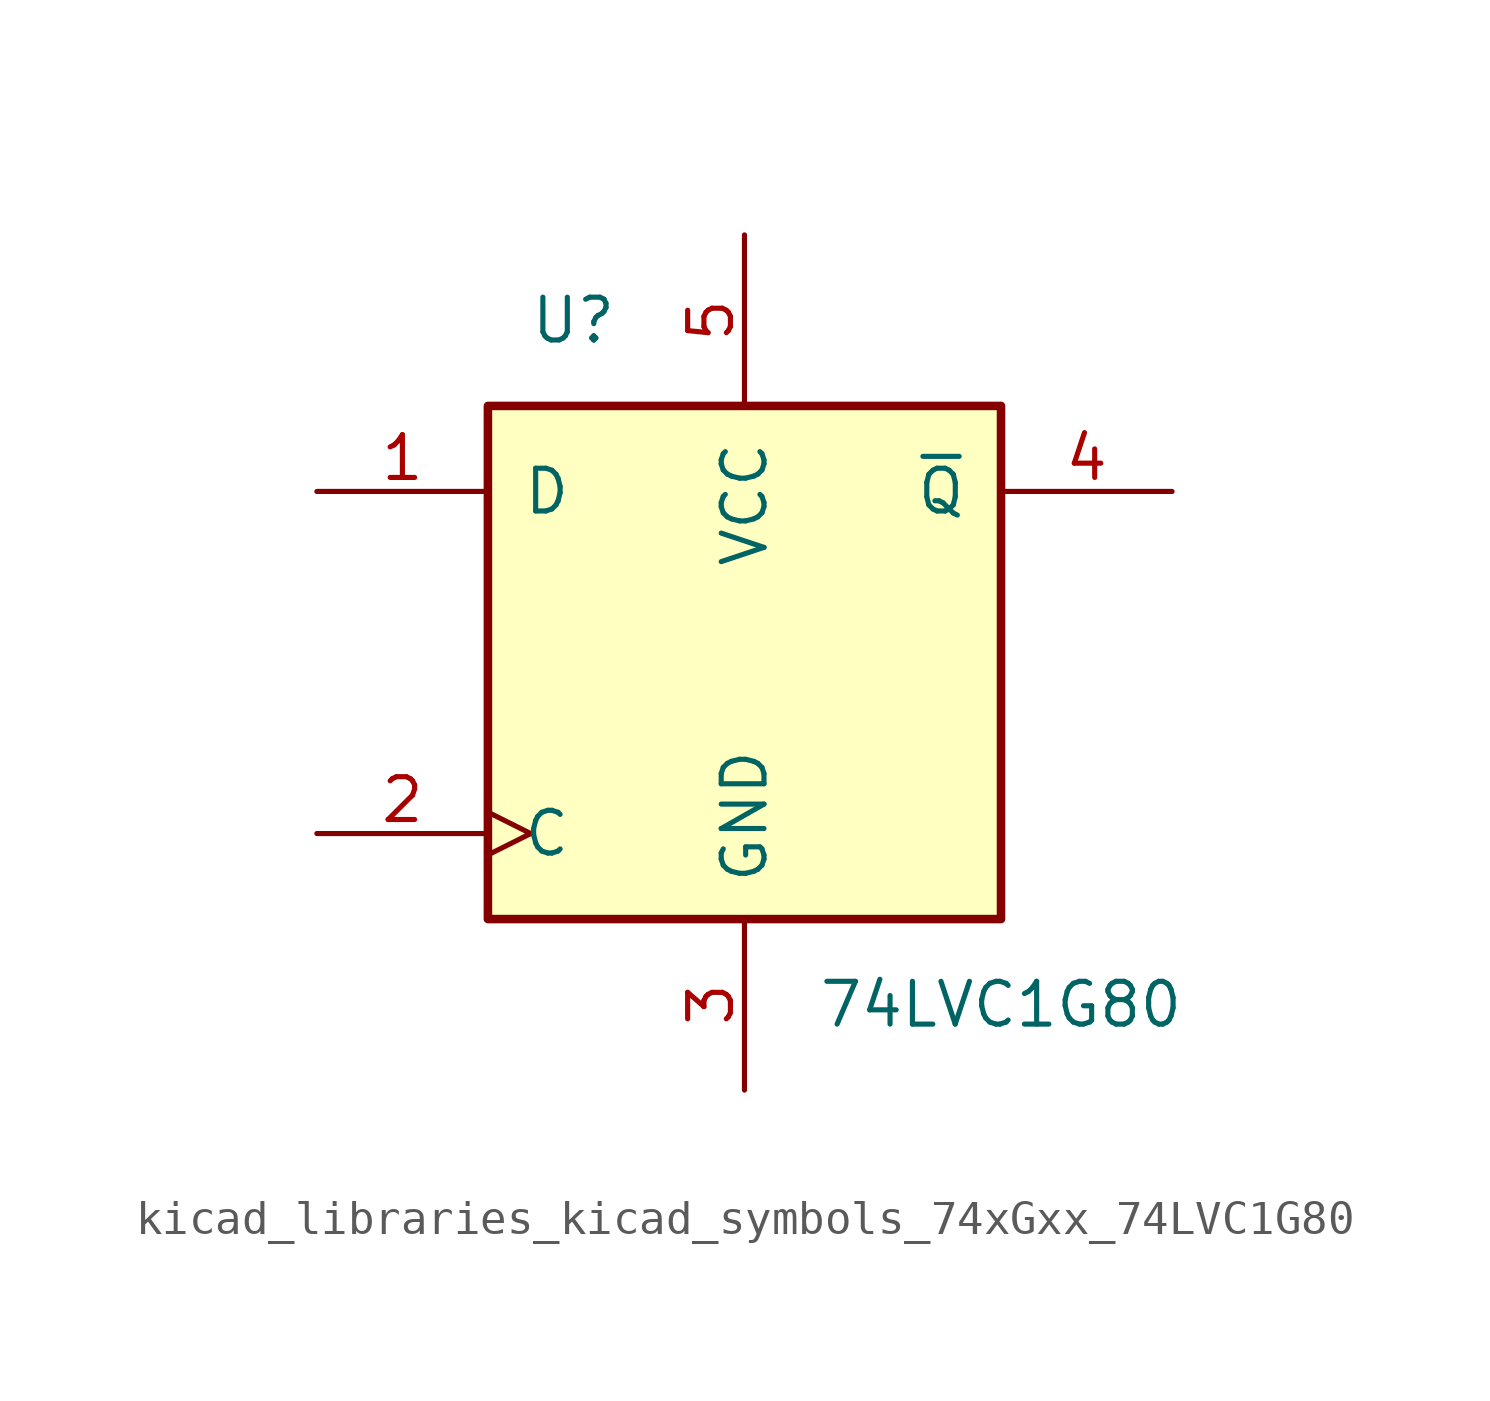
<source format=kicad_sym>
(kicad_symbol_lib
  (version 20220914)
  (generator kicad_symbol_editor)
  (symbol "kicad_libraries_kicad_symbols_74xGxx_74LVC1G80"
    (pin_names
      (offset 1.016))
    (property "Reference" "U"
      (at -5.08 10.16 0)
      (effects (font (size 1.27 1.27))))
    (property "Value" "74LVC1G80"
      (at 7.62 -10.16 0)
      (effects (font (size 1.27 1.27))))
    (symbol "kicad_libraries_kicad_symbols_74xGxx_74LVC1G80_0_1"
      (rectangle (start -7.62 7.62) (end 7.62 -7.62) (stroke (width 0.254) (type default)) (fill (type background))))
    (symbol "kicad_libraries_kicad_symbols_74xGxx_74LVC1G80_1_1"
      (pin input line (at -12.7 5.08 0) (length 5.08) (name "D" (effects (font (size 1.27 1.27)))) (number "1" (effects (font (size 1.27 1.27)))))
      (pin input clock (at -12.7 -5.08 0) (length 5.08) (name "C" (effects (font (size 1.27 1.27)))) (number "2" (effects (font (size 1.27 1.27)))))
      (pin power_in line (at 0 -12.7 90) (length 5.08) (name "GND" (effects (font (size 1.27 1.27)))) (number "3" (effects (font (size 1.27 1.27)))))
      (pin output line (at 12.7 5.08 180) (length 5.08) (name "~{Q}" (effects (font (size 1.27 1.27)))) (number "4" (effects (font (size 1.27 1.27)))))
      (pin power_in line (at 0 12.7 270) (length 5.08) (name "VCC" (effects (font (size 1.27 1.27)))) (number "5" (effects (font (size 1.27 1.27))))))))
</source>
